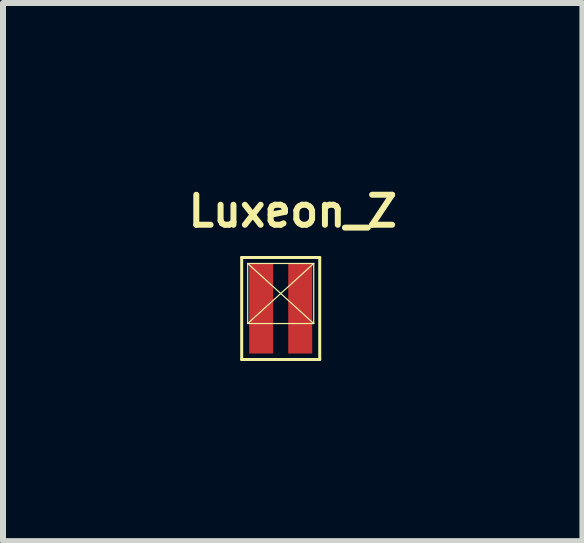
<source format=kicad_pcb>
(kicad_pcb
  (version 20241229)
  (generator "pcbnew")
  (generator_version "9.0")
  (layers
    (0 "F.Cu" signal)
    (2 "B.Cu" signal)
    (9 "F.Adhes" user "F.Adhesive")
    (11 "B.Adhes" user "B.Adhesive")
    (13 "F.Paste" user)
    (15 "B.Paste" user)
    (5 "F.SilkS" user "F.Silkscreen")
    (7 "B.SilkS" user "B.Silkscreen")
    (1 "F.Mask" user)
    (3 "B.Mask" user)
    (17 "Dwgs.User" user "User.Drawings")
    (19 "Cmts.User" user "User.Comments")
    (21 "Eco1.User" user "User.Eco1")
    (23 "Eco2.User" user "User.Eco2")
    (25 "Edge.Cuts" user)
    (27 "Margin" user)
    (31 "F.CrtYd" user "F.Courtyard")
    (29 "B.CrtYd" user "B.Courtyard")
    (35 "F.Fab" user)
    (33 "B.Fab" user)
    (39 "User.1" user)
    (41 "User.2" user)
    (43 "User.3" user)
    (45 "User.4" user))
  (footprint "Luxeon_Z"
    (layer "F.Cu")
    (at 1.626 2.089)
    (property "Reference" "Luxeon_Z" (at 0.201 -1.621 0) (layer "F.SilkS") (effects (font (size 0.5 0.5) (thickness 0.1))))
    (attr through_hole)
    (fp_line (start -0.65 -0.85) (end 0.65 -0.85) (stroke (width 0.05) (type solid)) (layer "F.SilkS"))
    (fp_line (start -0.65 0.85) (end -0.65 -0.85) (stroke (width 0.05) (type solid)) (layer "F.SilkS"))
    (fp_line (start -0.55 -0.75) (end 0.55 -0.75) (stroke (width 0.02) (type solid)) (layer "F.SilkS"))
    (fp_line (start -0.55 -0.75) (end 0.55 0.25) (stroke (width 0.02) (type solid)) (layer "F.SilkS"))
    (fp_line (start -0.55 0.25) (end -0.55 -0.75) (stroke (width 0.02) (type solid)) (layer "F.SilkS"))
    (fp_line (start 0.55 -0.75) (end -0.55 0.25) (stroke (width 0.02) (type solid)) (layer "F.SilkS"))
    (fp_line (start 0.55 -0.75) (end 0.55 0.25) (stroke (width 0.02) (type solid)) (layer "F.SilkS"))
    (fp_line (start 0.55 0.25) (end -0.55 0.25) (stroke (width 0.02) (type solid)) (layer "F.SilkS"))
    (fp_line (start 0.65 -0.85) (end 0.65 0.85) (stroke (width 0.05) (type solid)) (layer "F.SilkS"))
    (fp_line (start 0.65 0.85) (end -0.65 0.85) (stroke (width 0.05) (type solid)) (layer "F.SilkS"))
    (pad "1" smd rect (at 0.325 0) (size 0.4 1.5) (layers "F.Cu"))
    (pad "2" smd rect (at -0.325 0) (size 0.4 1.5) (layers "F.Cu")))
  (gr_rect
    (start -3 -3)
    (end 6.652 5.964)
    (stroke (width 0.1) (type default))
    (fill no)
    (layer "Edge.Cuts")))
</source>
